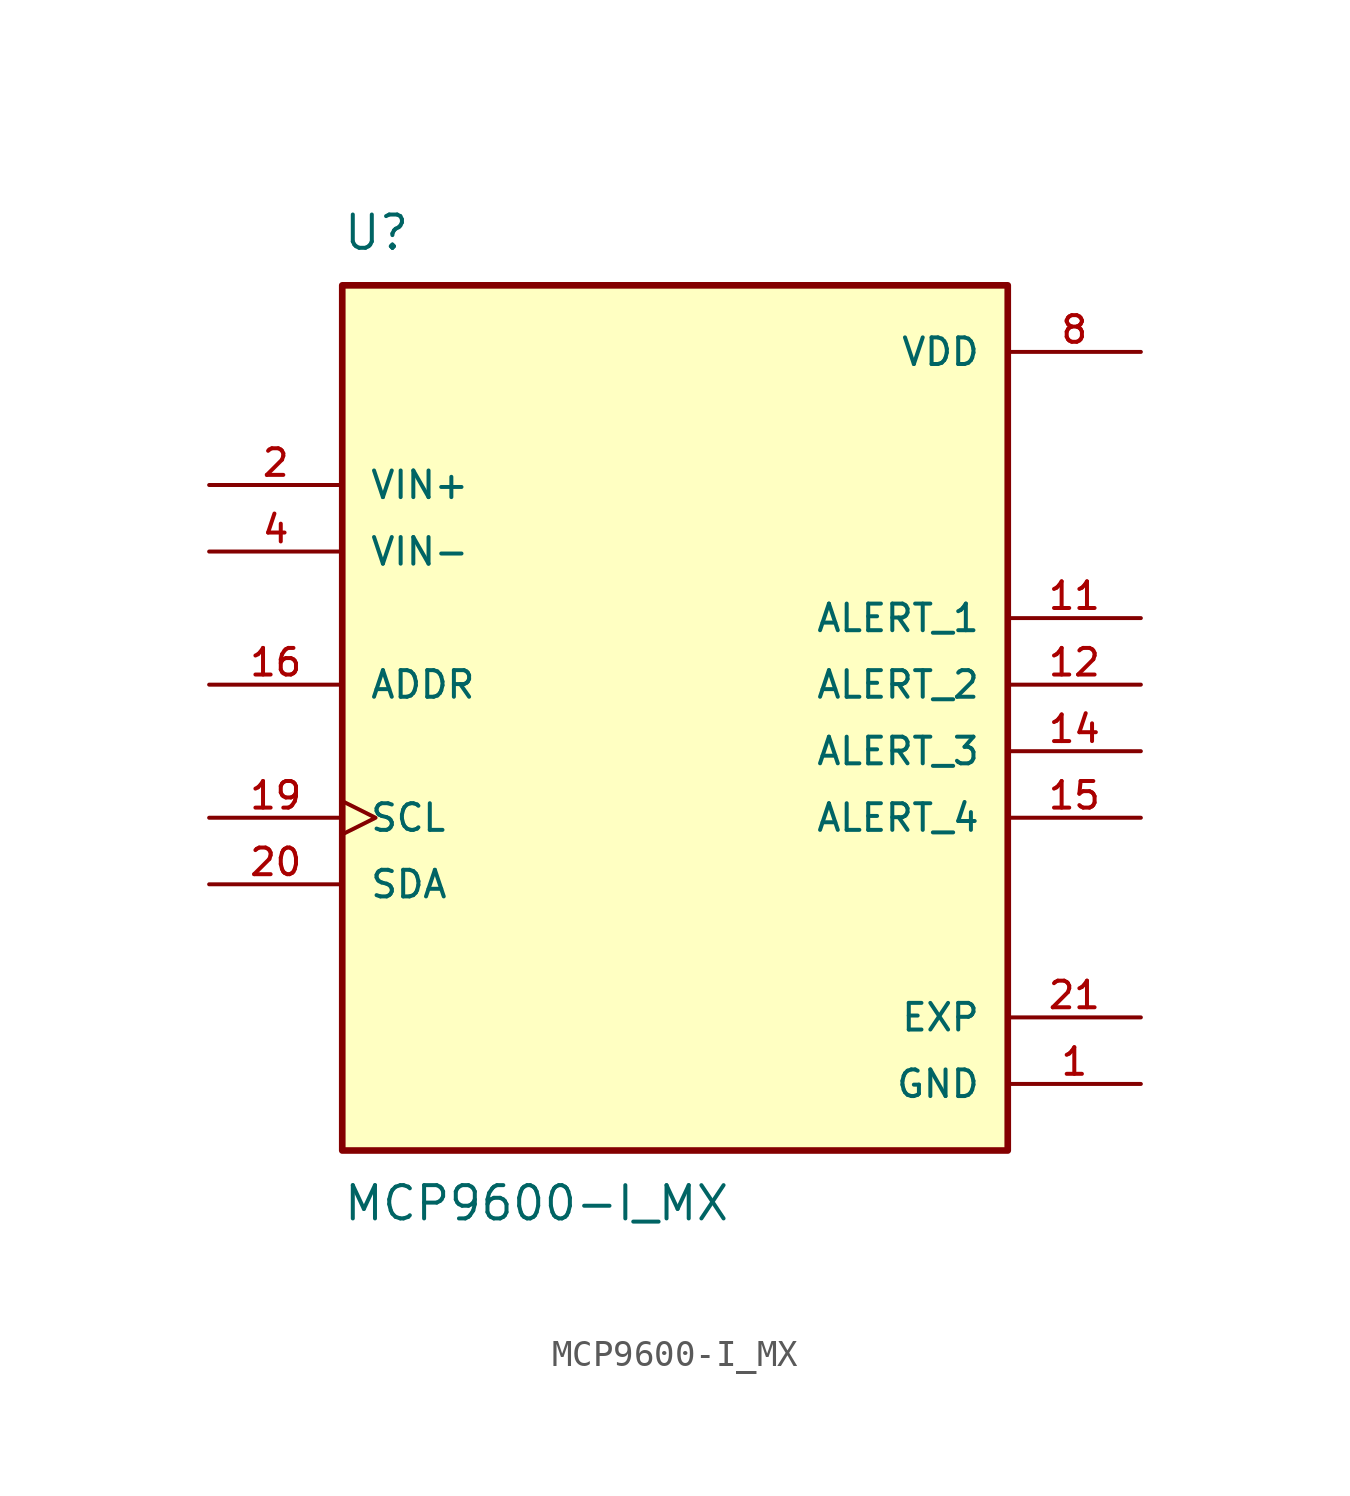
<source format=kicad_sym>
(kicad_symbol_lib
  (version 20211014)
  (generator kicad_symbol_editor)
  (symbol "MCP9600-I_MX"
    (pin_names
      (offset 1.016))
    (property "Reference" "U"
      (at -12.7 19.05 0)
      (effects (font (size 1.27 1.27)) (justify bottom left)))
    (property "Value" "MCP9600-I_MX"
      (at -12.7 -16.51 0)
      (effects (font (size 1.27 1.27)) (justify top left)))
    (symbol "MCP9600-I_MX_0_0"
      (rectangle (start -12.7 -15.24) (end 12.7 17.78) (stroke (width 0.254)) (fill (type background)))
      (pin input line (at -17.78 10.16 0) (length 5.08) (name "VIN+" (effects (font (size 1.016 1.016)))) (number "2" (effects (font (size 1.016 1.016)))))
      (pin input line (at -17.78 7.62 0) (length 5.08) (name "VIN-" (effects (font (size 1.016 1.016)))) (number "4" (effects (font (size 1.016 1.016)))))
      (pin power_in line (at 17.78 15.24 180.0) (length 5.08) (name "VDD" (effects (font (size 1.016 1.016)))) (number "8" (effects (font (size 1.016 1.016)))))
      (pin output line (at 17.78 5.08 180.0) (length 5.08) (name "ALERT_1" (effects (font (size 1.016 1.016)))) (number "11" (effects (font (size 1.016 1.016)))))
      (pin input line (at -17.78 2.54 0) (length 5.08) (name "ADDR" (effects (font (size 1.016 1.016)))) (number "16" (effects (font (size 1.016 1.016)))))
      (pin input clock (at -17.78 -2.54 0) (length 5.08) (name "SCL" (effects (font (size 1.016 1.016)))) (number "19" (effects (font (size 1.016 1.016)))))
      (pin bidirectional line (at -17.78 -5.08 0) (length 5.08) (name "SDA" (effects (font (size 1.016 1.016)))) (number "20" (effects (font (size 1.016 1.016)))))
      (pin power_in line (at 17.78 -10.16 180.0) (length 5.08) (name "EXP" (effects (font (size 1.016 1.016)))) (number "21" (effects (font (size 1.016 1.016)))))
      (pin power_in line (at 17.78 -10.16 180.0) (length 5.08) hide (name "EXP" (effects (font (size 1.016 1.016)))) (number "22" (effects (font (size 1.016 1.016)))))
      (pin power_in line (at 17.78 -10.16 180.0) (length 5.08) hide (name "EXP" (effects (font (size 1.016 1.016)))) (number "23" (effects (font (size 1.016 1.016)))))
      (pin power_in line (at 17.78 -10.16 180.0) (length 5.08) hide (name "EXP" (effects (font (size 1.016 1.016)))) (number "24" (effects (font (size 1.016 1.016)))))
      (pin power_in line (at 17.78 -10.16 180.0) (length 5.08) hide (name "EXP" (effects (font (size 1.016 1.016)))) (number "25" (effects (font (size 1.016 1.016)))))
      (pin power_in line (at 17.78 -10.16 180.0) (length 5.08) hide (name "EXP" (effects (font (size 1.016 1.016)))) (number "26" (effects (font (size 1.016 1.016)))))
      (pin power_in line (at 17.78 -10.16 180.0) (length 5.08) hide (name "EXP" (effects (font (size 1.016 1.016)))) (number "27" (effects (font (size 1.016 1.016)))))
      (pin power_in line (at 17.78 -10.16 180.0) (length 5.08) hide (name "EXP" (effects (font (size 1.016 1.016)))) (number "28" (effects (font (size 1.016 1.016)))))
      (pin power_in line (at 17.78 -10.16 180.0) (length 5.08) hide (name "EXP" (effects (font (size 1.016 1.016)))) (number "29" (effects (font (size 1.016 1.016)))))
      (pin power_in line (at 17.78 -10.16 180.0) (length 5.08) hide (name "EXP" (effects (font (size 1.016 1.016)))) (number "30" (effects (font (size 1.016 1.016)))))
      (pin power_in line (at 17.78 -12.7 180.0) (length 5.08) (name "GND" (effects (font (size 1.016 1.016)))) (number "1" (effects (font (size 1.016 1.016)))))
      (pin power_in line (at 17.78 -12.7 180.0) (length 5.08) hide (name "GND" (effects (font (size 1.016 1.016)))) (number "3" (effects (font (size 1.016 1.016)))))
      (pin power_in line (at 17.78 -12.7 180.0) (length 5.08) hide (name "GND" (effects (font (size 1.016 1.016)))) (number "5" (effects (font (size 1.016 1.016)))))
      (pin power_in line (at 17.78 -12.7 180.0) (length 5.08) hide (name "GND" (effects (font (size 1.016 1.016)))) (number "6" (effects (font (size 1.016 1.016)))))
      (pin power_in line (at 17.78 -12.7 180.0) (length 5.08) hide (name "GND" (effects (font (size 1.016 1.016)))) (number "7" (effects (font (size 1.016 1.016)))))
      (pin power_in line (at 17.78 -12.7 180.0) (length 5.08) hide (name "GND" (effects (font (size 1.016 1.016)))) (number "9" (effects (font (size 1.016 1.016)))))
      (pin power_in line (at 17.78 -12.7 180.0) (length 5.08) hide (name "GND" (effects (font (size 1.016 1.016)))) (number "10" (effects (font (size 1.016 1.016)))))
      (pin power_in line (at 17.78 -12.7 180.0) (length 5.08) hide (name "GND" (effects (font (size 1.016 1.016)))) (number "13" (effects (font (size 1.016 1.016)))))
      (pin power_in line (at 17.78 -12.7 180.0) (length 5.08) hide (name "GND" (effects (font (size 1.016 1.016)))) (number "17" (effects (font (size 1.016 1.016)))))
      (pin power_in line (at 17.78 -12.7 180.0) (length 5.08) hide (name "GND" (effects (font (size 1.016 1.016)))) (number "18" (effects (font (size 1.016 1.016)))))
      (pin output line (at 17.78 2.54 180.0) (length 5.08) (name "ALERT_2" (effects (font (size 1.016 1.016)))) (number "12" (effects (font (size 1.016 1.016)))))
      (pin output line (at 17.78 0.0 180.0) (length 5.08) (name "ALERT_3" (effects (font (size 1.016 1.016)))) (number "14" (effects (font (size 1.016 1.016)))))
      (pin output line (at 17.78 -2.54 180.0) (length 5.08) (name "ALERT_4" (effects (font (size 1.016 1.016)))) (number "15" (effects (font (size 1.016 1.016))))))))
</source>
